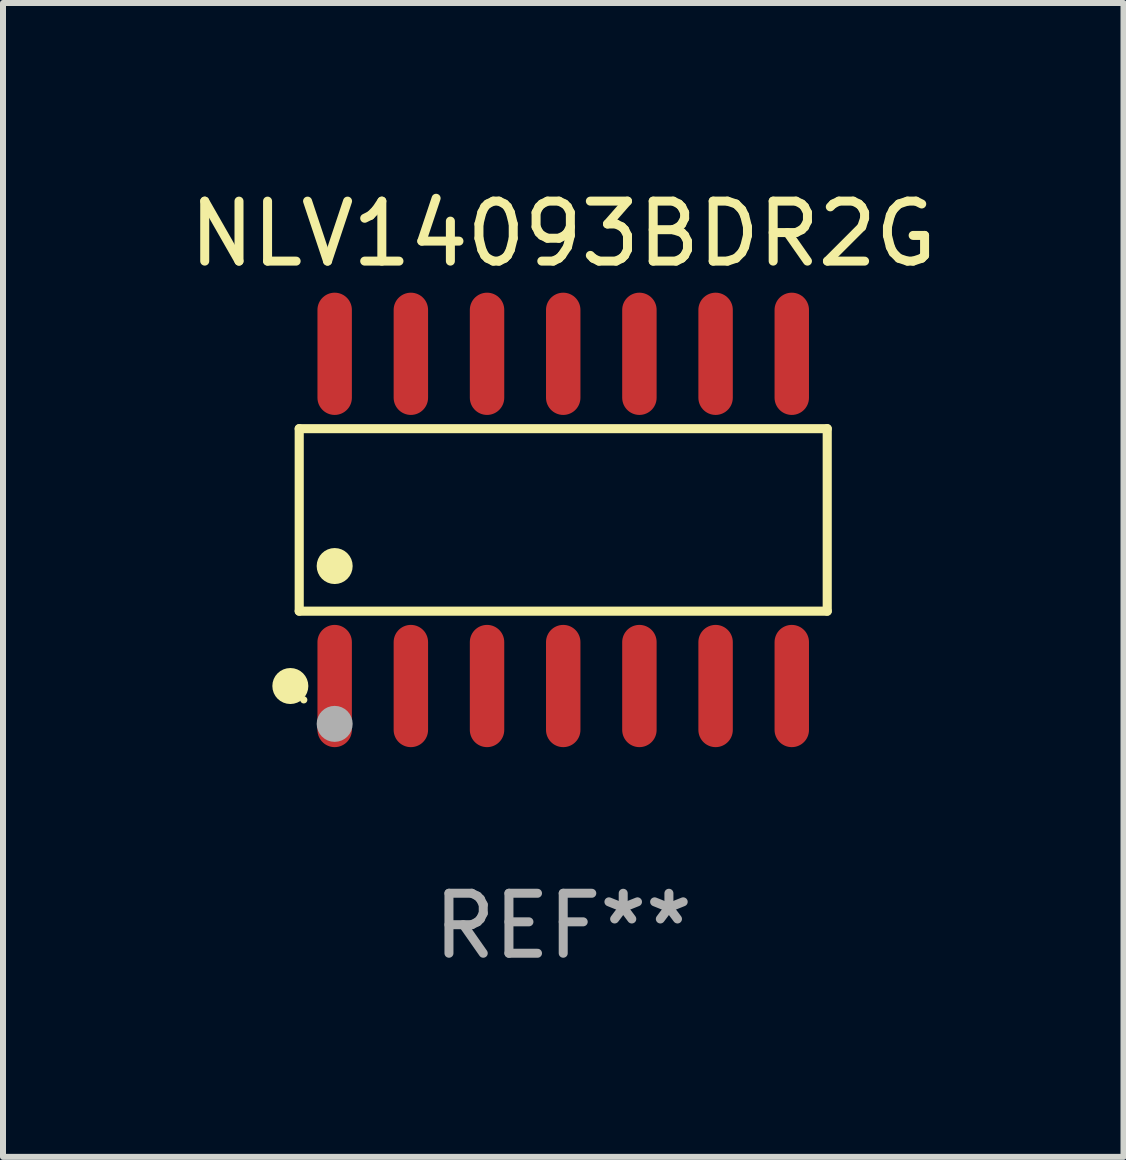
<source format=kicad_pcb>
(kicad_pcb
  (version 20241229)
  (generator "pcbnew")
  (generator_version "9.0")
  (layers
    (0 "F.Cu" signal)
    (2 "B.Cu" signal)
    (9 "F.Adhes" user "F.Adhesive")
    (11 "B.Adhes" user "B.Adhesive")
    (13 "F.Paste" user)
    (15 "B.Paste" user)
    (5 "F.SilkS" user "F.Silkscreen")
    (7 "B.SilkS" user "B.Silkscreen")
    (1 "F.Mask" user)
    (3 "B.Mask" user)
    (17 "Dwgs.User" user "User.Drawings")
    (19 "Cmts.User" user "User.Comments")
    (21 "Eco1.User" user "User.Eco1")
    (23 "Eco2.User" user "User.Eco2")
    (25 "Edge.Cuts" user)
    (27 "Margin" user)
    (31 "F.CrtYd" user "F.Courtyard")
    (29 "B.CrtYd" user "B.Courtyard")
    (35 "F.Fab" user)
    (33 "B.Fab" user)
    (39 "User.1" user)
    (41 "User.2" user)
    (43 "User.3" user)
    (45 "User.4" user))
  (footprint "NLV14093BDR2G"
    (layer "F.Cu")
    (at 6.339 5.617)
    (property "Reference" "NLV14093BDR2G" (at 0 -4.769 0) (layer "F.SilkS") (effects (font (size 1 1) (thickness 0.15))))
    (attr through_hole)
    (fp_line (start -4.401 -1.521) (end 4.401 -1.521) (stroke (width 0.152) (type solid)) (layer "F.SilkS"))
    (fp_line (start -4.401 1.521) (end -4.401 -1.521) (stroke (width 0.152) (type solid)) (layer "F.SilkS"))
    (fp_line (start 4.401 -1.521) (end 4.401 1.521) (stroke (width 0.152) (type solid)) (layer "F.SilkS"))
    (fp_line (start 4.401 1.521) (end -4.401 1.521) (stroke (width 0.152) (type solid)) (layer "F.SilkS"))
    (fp_circle (center -4.549 2.769) (end -4.399 2.769) (stroke (width 0.3) (type solid)) (fill no) (layer "F.SilkS"))
    (fp_circle (center -4.325 3) (end -4.295 3) (stroke (width 0.06) (type solid)) (fill no) (layer "F.SilkS"))
    (fp_circle (center -3.81 0.769) (end -3.66 0.769) (stroke (width 0.3) (type solid)) (fill no) (layer "F.SilkS"))
    (fp_circle (center -3.81 3.4) (end -3.66 3.4) (stroke (width 0.3) (type solid)) (fill no) (layer "F.Fab"))
    (fp_text user "REF**" (at 0 6.769 0) (layer "F.Fab") (effects (font (size 1 1) (thickness 0.15))))
    (pad "1" smd oval (at -3.81 2.769) (size 0.574 2.038) (layers "F.Cu" "F.Mask" "F.Paste"))
    (pad "2" smd oval (at -2.54 2.769) (size 0.574 2.038) (layers "F.Cu" "F.Mask" "F.Paste"))
    (pad "3" smd oval (at -1.27 2.769) (size 0.574 2.038) (layers "F.Cu" "F.Mask" "F.Paste"))
    (pad "4" smd oval (at 0 2.769) (size 0.574 2.038) (layers "F.Cu" "F.Mask" "F.Paste"))
    (pad "5" smd oval (at 1.27 2.769) (size 0.574 2.038) (layers "F.Cu" "F.Mask" "F.Paste"))
    (pad "6" smd oval (at 2.54 2.769) (size 0.574 2.038) (layers "F.Cu" "F.Mask" "F.Paste"))
    (pad "7" smd oval (at 3.81 2.769) (size 0.574 2.038) (layers "F.Cu" "F.Mask" "F.Paste"))
    (pad "8" smd oval (at 3.81 -2.769) (size 0.574 2.038) (layers "F.Cu" "F.Mask" "F.Paste"))
    (pad "9" smd oval (at 2.54 -2.769) (size 0.574 2.038) (layers "F.Cu" "F.Mask" "F.Paste"))
    (pad "10" smd oval (at 1.27 -2.769) (size 0.574 2.038) (layers "F.Cu" "F.Mask" "F.Paste"))
    (pad "11" smd oval (at 0 -2.769) (size 0.574 2.038) (layers "F.Cu" "F.Mask" "F.Paste"))
    (pad "12" smd oval (at -1.27 -2.769) (size 0.574 2.038) (layers "F.Cu" "F.Mask" "F.Paste"))
    (pad "13" smd oval (at -2.54 -2.769) (size 0.574 2.038) (layers "F.Cu" "F.Mask" "F.Paste"))
    (pad "14" smd oval (at -3.81 -2.769) (size 0.574 2.038) (layers "F.Cu" "F.Mask" "F.Paste")))
  (gr_rect
    (start -3 -3)
    (end 15.679 16.235)
    (stroke (width 0.1) (type default))
    (fill no)
    (layer "Edge.Cuts")))
</source>
